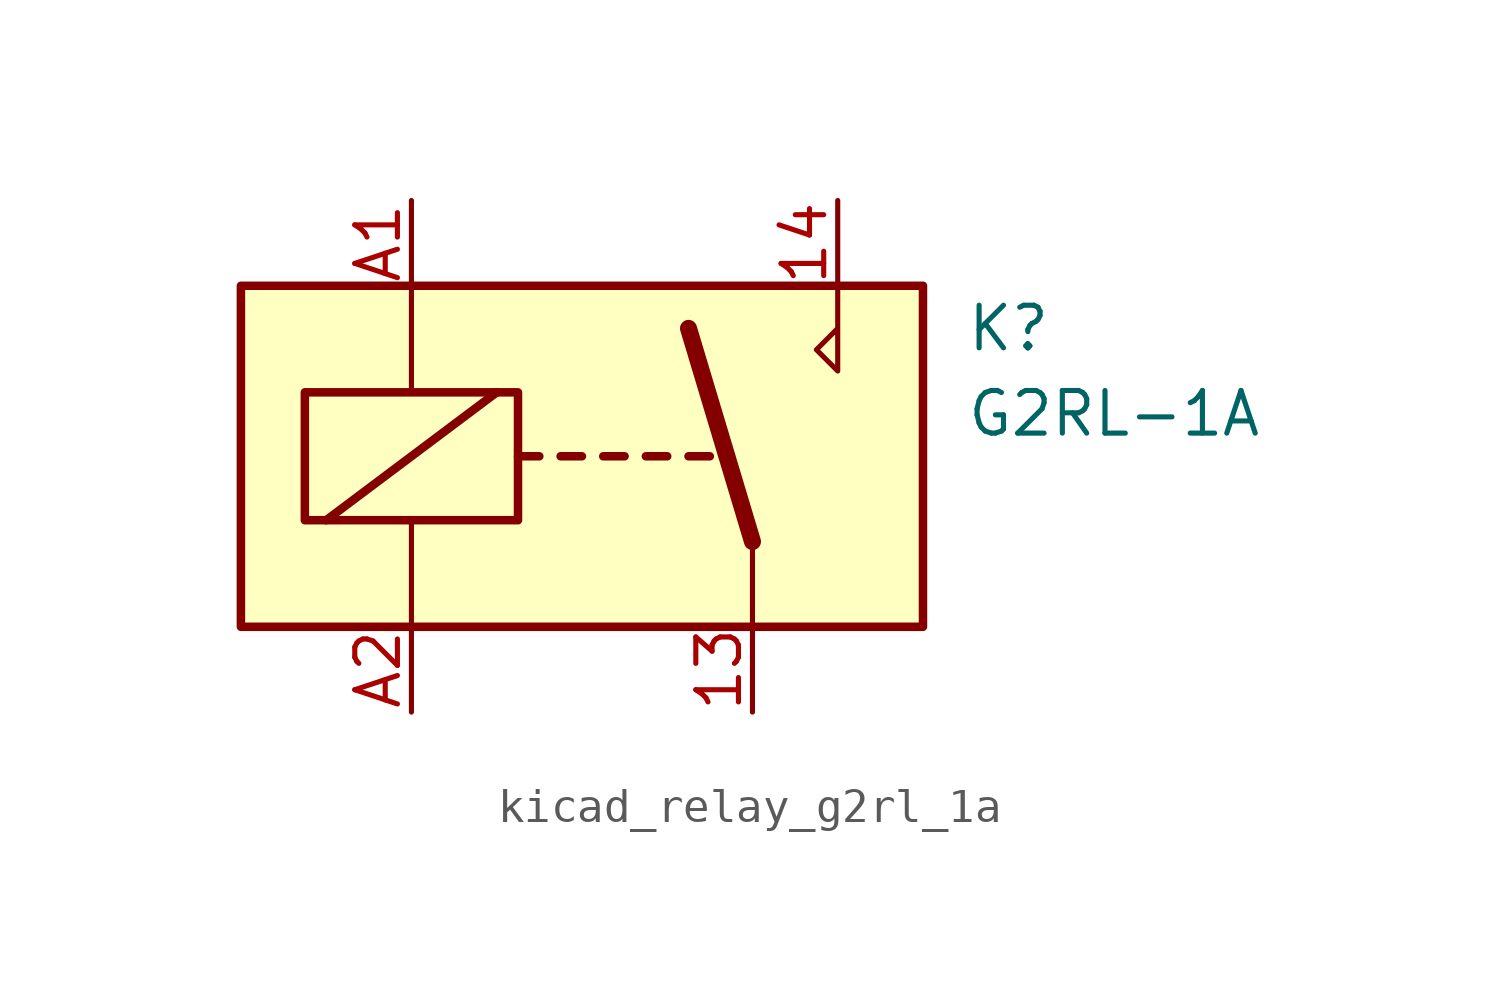
<source format=kicad_sym>
(kicad_symbol_lib
  (version 20220914)
  (generator kicad_symbol_editor)
  (symbol "kicad_relay_g2rl_1a"
    (property "Reference" "K"
      (at 11.43 3.81 0)
      (effects (font (size 1.27 1.27)) (justify left)))
    (property "Value" "G2RL-1A"
      (at 11.43 1.27 0)
      (effects (font (size 1.27 1.27)) (justify left)))
    (symbol "kicad_relay_g2rl_1a_0_0"
      (polyline (pts (xy 7.62 5.08) (xy 7.62 2.54) (xy 6.985 3.175) (xy 7.62 3.81)) (stroke (width 0) (type default)) (fill (type none))))
    (symbol "kicad_relay_g2rl_1a_0_1"
      (rectangle (start -10.16 5.08) (end 10.16 -5.08) (stroke (width 0.254) (type default)) (fill (type background)))
      (rectangle (start -8.255 1.905) (end -1.905 -1.905) (stroke (width 0.254) (type default)) (fill (type none)))
      (polyline (pts (xy -7.62 -1.905) (xy -2.54 1.905)) (stroke (width 0.254) (type default)) (fill (type none)))
      (polyline (pts (xy -5.08 -5.08) (xy -5.08 -1.905)) (stroke (width 0) (type default)) (fill (type none)))
      (polyline (pts (xy -5.08 5.08) (xy -5.08 1.905)) (stroke (width 0) (type default)) (fill (type none)))
      (polyline (pts (xy -1.905 0) (xy -1.27 0)) (stroke (width 0.254) (type default)) (fill (type none)))
      (polyline (pts (xy -0.635 0) (xy 0 0)) (stroke (width 0.254) (type default)) (fill (type none)))
      (polyline (pts (xy 0.635 0) (xy 1.27 0)) (stroke (width 0.254) (type default)) (fill (type none)))
      (polyline (pts (xy 1.905 0) (xy 2.54 0)) (stroke (width 0.254) (type default)) (fill (type none)))
      (polyline (pts (xy 3.175 0) (xy 3.81 0)) (stroke (width 0.254) (type default)) (fill (type none)))
      (polyline (pts (xy 5.08 -2.54) (xy 3.175 3.81)) (stroke (width 0.508) (type default)) (fill (type none)))
      (polyline (pts (xy 5.08 -2.54) (xy 5.08 -5.08)) (stroke (width 0) (type default)) (fill (type none))))
    (symbol "kicad_relay_g2rl_1a_1_1"
      (pin passive line (at 5.08 -7.62 90) (length 2.54) (name "~" (effects (font (size 1.27 1.27)))) (number "13" (effects (font (size 1.27 1.27)))))
      (pin passive line (at 7.62 7.62 270) (length 2.54) (name "~" (effects (font (size 1.27 1.27)))) (number "14" (effects (font (size 1.27 1.27)))))
      (pin passive line (at -5.08 7.62 270) (length 2.54) (name "~" (effects (font (size 1.27 1.27)))) (number "A1" (effects (font (size 1.27 1.27)))))
      (pin passive line (at -5.08 -7.62 90) (length 2.54) (name "~" (effects (font (size 1.27 1.27)))) (number "A2" (effects (font (size 1.27 1.27))))))))
</source>
